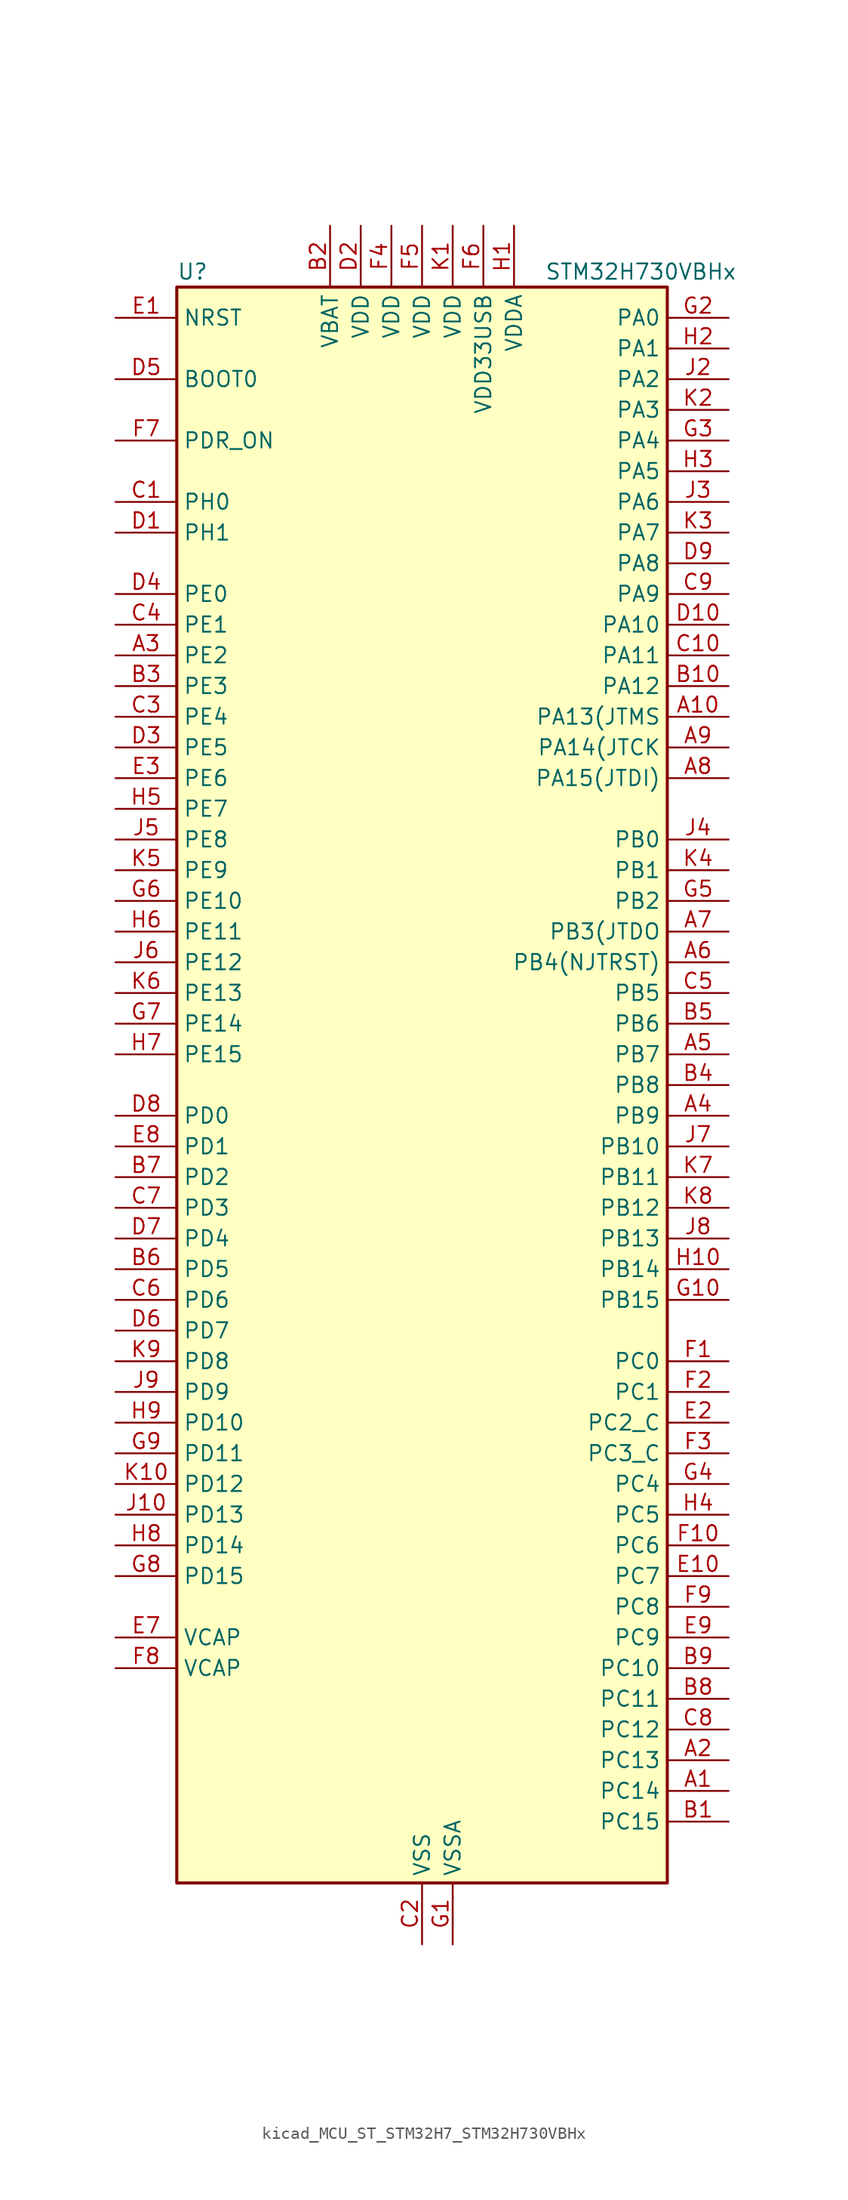
<source format=kicad_sym>
(kicad_symbol_lib
  (version 20220914)
  (generator kicad_symbol_editor)
  (symbol "kicad_MCU_ST_STM32H7_STM32H730VBHx"
    (property "Reference" "U"
      (at -20.32 67.31 0)
      (effects (font (size 1.27 1.27)) (justify left)))
    (property "Value" "STM32H730VBHx"
      (at 10.16 67.31 0)
      (effects (font (size 1.27 1.27)) (justify left)))
    (property "ki_locked" ""
      (at 0 0 0)
      (effects (font (size 1.27 1.27))))
    (symbol "kicad_MCU_ST_STM32H7_STM32H730VBHx_0_1"
      (rectangle (start -20.32 -66.04) (end 20.32 66.04) (stroke (width 0.254) (type default)) (fill (type background))))
    (symbol "kicad_MCU_ST_STM32H7_STM32H730VBHx_1_1"
      (pin bidirectional line (at 25.4 -58.42 180) (length 5.08) (name "PC14" (effects (font (size 1.27 1.27)))) (number "A1" (effects (font (size 1.27 1.27)))) (alternate "RCC_OSC32_IN" bidirectional line))
      (pin bidirectional line (at 25.4 30.48 180) (length 5.08) (name "PA13(JTMS" (effects (font (size 1.27 1.27)))) (number "A10" (effects (font (size 1.27 1.27)))) (alternate "DEBUG_JTMS-SWDIO" bidirectional line))
      (pin bidirectional line (at 25.4 -55.88 180) (length 5.08) (name "PC13" (effects (font (size 1.27 1.27)))) (number "A2" (effects (font (size 1.27 1.27)))) (alternate "PWR_WKUP4" bidirectional line) (alternate "RTC_OUT_ALARM" bidirectional line) (alternate "RTC_OUT_CALIB" bidirectional line) (alternate "RTC_TAMP1" bidirectional line) (alternate "RTC_TS" bidirectional line))
      (pin bidirectional line (at -25.4 35.56 0) (length 5.08) (name "PE2" (effects (font (size 1.27 1.27)))) (number "A3" (effects (font (size 1.27 1.27)))) (alternate "DEBUG_TRACECLK" bidirectional line) (alternate "ETH_TXD3" bidirectional line) (alternate "FMC_A23" bidirectional line) (alternate "OCTOSPIM_P1_IO2" bidirectional line) (alternate "SAI1_CK1" bidirectional line) (alternate "SAI1_MCLK_A" bidirectional line) (alternate "SAI4_CK1" bidirectional line) (alternate "SAI4_MCLK_A" bidirectional line) (alternate "SPI4_SCK" bidirectional line) (alternate "USART10_RX" bidirectional line))
      (pin bidirectional line (at 25.4 -2.54 180) (length 5.08) (name "PB9" (effects (font (size 1.27 1.27)))) (number "A4" (effects (font (size 1.27 1.27)))) (alternate "DAC1_EXTI9" bidirectional line) (alternate "DCMI_D7" bidirectional line) (alternate "DFSDM1_DATIN7" bidirectional line) (alternate "FDCAN1_TX" bidirectional line) (alternate "I2C1_SDA" bidirectional line) (alternate "I2C4_SDA" bidirectional line) (alternate "I2C4_SMBA" bidirectional line) (alternate "I2S2_WS" bidirectional line) (alternate "LTDC_B7" bidirectional line) (alternate "PSSI_D7" bidirectional line) (alternate "SDMMC1_CDIR" bidirectional line) (alternate "SDMMC1_D5" bidirectional line) (alternate "SDMMC2_D5" bidirectional line) (alternate "SPI2_NSS" bidirectional line) (alternate "TIM17_CH1" bidirectional line) (alternate "TIM4_CH4" bidirectional line) (alternate "UART4_TX" bidirectional line))
      (pin bidirectional line (at 25.4 2.54 180) (length 5.08) (name "PB7" (effects (font (size 1.27 1.27)))) (number "A5" (effects (font (size 1.27 1.27)))) (alternate "DCMI_VSYNC" bidirectional line) (alternate "DFSDM1_CKIN5" bidirectional line) (alternate "FMC_NL" bidirectional line) (alternate "I2C1_SDA" bidirectional line) (alternate "I2C4_SDA" bidirectional line) (alternate "LPUART1_RX" bidirectional line) (alternate "PSSI_RDY" bidirectional line) (alternate "PWR_PVD_IN" bidirectional line) (alternate "TIM17_CH1N" bidirectional line) (alternate "TIM4_CH2" bidirectional line) (alternate "USART1_RX" bidirectional line))
      (pin bidirectional line (at 25.4 10.16 180) (length 5.08) (name "PB4(NJTRST)" (effects (font (size 1.27 1.27)))) (number "A6" (effects (font (size 1.27 1.27)))) (alternate "DEBUG_JTRST" bidirectional line) (alternate "I2S1_SDI" bidirectional line) (alternate "I2S2_WS" bidirectional line) (alternate "I2S3_SDI" bidirectional line) (alternate "I2S6_SDI" bidirectional line) (alternate "SDMMC2_D3" bidirectional line) (alternate "SPI1_MISO" bidirectional line) (alternate "SPI2_NSS" bidirectional line) (alternate "SPI3_MISO" bidirectional line) (alternate "SPI6_MISO" bidirectional line) (alternate "TIM16_BKIN" bidirectional line) (alternate "TIM3_CH1" bidirectional line) (alternate "UART7_TX" bidirectional line))
      (pin bidirectional line (at 25.4 12.7 180) (length 5.08) (name "PB3(JTDO" (effects (font (size 1.27 1.27)))) (number "A7" (effects (font (size 1.27 1.27)))) (alternate "CRS_SYNC" bidirectional line) (alternate "DEBUG_JTDO-SWO" bidirectional line) (alternate "I2S1_CK" bidirectional line) (alternate "I2S3_CK" bidirectional line) (alternate "I2S6_CK" bidirectional line) (alternate "SDMMC2_D2" bidirectional line) (alternate "SPI1_SCK" bidirectional line) (alternate "SPI3_SCK" bidirectional line) (alternate "SPI6_SCK" bidirectional line) (alternate "TIM24_ETR" bidirectional line) (alternate "TIM2_CH2" bidirectional line) (alternate "UART7_RX" bidirectional line))
      (pin bidirectional line (at 25.4 25.4 180) (length 5.08) (name "PA15(JTDI)" (effects (font (size 1.27 1.27)))) (number "A8" (effects (font (size 1.27 1.27)))) (alternate "ADC1_EXTI15" bidirectional line) (alternate "ADC2_EXTI15" bidirectional line) (alternate "ADC3_EXTI15" bidirectional line) (alternate "CEC" bidirectional line) (alternate "DEBUG_JTDI" bidirectional line) (alternate "I2S1_WS" bidirectional line) (alternate "I2S3_WS" bidirectional line) (alternate "I2S6_WS" bidirectional line) (alternate "LTDC_B6" bidirectional line) (alternate "LTDC_R3" bidirectional line) (alternate "SPI1_NSS" bidirectional line) (alternate "SPI3_NSS" bidirectional line) (alternate "SPI6_NSS" bidirectional line) (alternate "TIM2_CH1" bidirectional line) (alternate "TIM2_ETR" bidirectional line) (alternate "UART4_DE" bidirectional line) (alternate "UART4_RTS" bidirectional line) (alternate "UART7_TX" bidirectional line))
      (pin bidirectional line (at 25.4 27.94 180) (length 5.08) (name "PA14(JTCK" (effects (font (size 1.27 1.27)))) (number "A9" (effects (font (size 1.27 1.27)))) (alternate "DEBUG_JTCK-SWCLK" bidirectional line))
      (pin bidirectional line (at 25.4 -60.96 180) (length 5.08) (name "PC15" (effects (font (size 1.27 1.27)))) (number "B1" (effects (font (size 1.27 1.27)))) (alternate "ADC1_EXTI15" bidirectional line) (alternate "ADC2_EXTI15" bidirectional line) (alternate "ADC3_EXTI15" bidirectional line) (alternate "RCC_OSC32_OUT" bidirectional line))
      (pin bidirectional line (at 25.4 33.02 180) (length 5.08) (name "PA12" (effects (font (size 1.27 1.27)))) (number "B10" (effects (font (size 1.27 1.27)))) (alternate "FDCAN1_TX" bidirectional line) (alternate "I2S2_CK" bidirectional line) (alternate "LPUART1_DE" bidirectional line) (alternate "LPUART1_RTS" bidirectional line) (alternate "LTDC_R5" bidirectional line) (alternate "SAI4_FS_B" bidirectional line) (alternate "SPI2_SCK" bidirectional line) (alternate "TIM1_BKIN2" bidirectional line) (alternate "TIM1_ETR" bidirectional line) (alternate "UART4_TX" bidirectional line) (alternate "USART1_DE" bidirectional line) (alternate "USART1_RTS" bidirectional line) (alternate "USB_OTG_HS_DP" bidirectional line))
      (pin power_in line (at -7.62 71.12 270) (length 5.08) (name "VBAT" (effects (font (size 1.27 1.27)))) (number "B2" (effects (font (size 1.27 1.27)))))
      (pin bidirectional line (at -25.4 33.02 0) (length 5.08) (name "PE3" (effects (font (size 1.27 1.27)))) (number "B3" (effects (font (size 1.27 1.27)))) (alternate "DEBUG_TRACED0" bidirectional line) (alternate "FMC_A19" bidirectional line) (alternate "SAI1_SD_B" bidirectional line) (alternate "SAI4_SD_B" bidirectional line) (alternate "TIM15_BKIN" bidirectional line) (alternate "USART10_TX" bidirectional line))
      (pin bidirectional line (at 25.4 0 180) (length 5.08) (name "PB8" (effects (font (size 1.27 1.27)))) (number "B4" (effects (font (size 1.27 1.27)))) (alternate "DCMI_D6" bidirectional line) (alternate "DFSDM1_CKIN7" bidirectional line) (alternate "ETH_TXD3" bidirectional line) (alternate "FDCAN1_RX" bidirectional line) (alternate "I2C1_SCL" bidirectional line) (alternate "I2C4_SCL" bidirectional line) (alternate "LTDC_B6" bidirectional line) (alternate "PSSI_D6" bidirectional line) (alternate "SDMMC1_CKIN" bidirectional line) (alternate "SDMMC1_D4" bidirectional line) (alternate "SDMMC2_D4" bidirectional line) (alternate "TIM16_CH1" bidirectional line) (alternate "TIM4_CH3" bidirectional line) (alternate "UART4_RX" bidirectional line))
      (pin bidirectional line (at 25.4 5.08 180) (length 5.08) (name "PB6" (effects (font (size 1.27 1.27)))) (number "B5" (effects (font (size 1.27 1.27)))) (alternate "CEC" bidirectional line) (alternate "DCMI_D5" bidirectional line) (alternate "DFSDM1_DATIN5" bidirectional line) (alternate "FDCAN2_TX" bidirectional line) (alternate "FMC_SDNE1" bidirectional line) (alternate "I2C1_SCL" bidirectional line) (alternate "I2C4_SCL" bidirectional line) (alternate "LPUART1_TX" bidirectional line) (alternate "OCTOSPIM_P1_NCS" bidirectional line) (alternate "PSSI_D5" bidirectional line) (alternate "TIM16_CH1N" bidirectional line) (alternate "TIM4_CH1" bidirectional line) (alternate "UART5_TX" bidirectional line) (alternate "USART1_TX" bidirectional line))
      (pin bidirectional line (at -25.4 -15.24 0) (length 5.08) (name "PD5" (effects (font (size 1.27 1.27)))) (number "B6" (effects (font (size 1.27 1.27)))) (alternate "FMC_NWE" bidirectional line) (alternate "OCTOSPIM_P1_IO5" bidirectional line) (alternate "USART2_TX" bidirectional line))
      (pin bidirectional line (at -25.4 -7.62 0) (length 5.08) (name "PD2" (effects (font (size 1.27 1.27)))) (number "B7" (effects (font (size 1.27 1.27)))) (alternate "DCMI_D11" bidirectional line) (alternate "DEBUG_TRACED2" bidirectional line) (alternate "FMC_D7" bidirectional line) (alternate "FMC_DA7" bidirectional line) (alternate "LTDC_B2" bidirectional line) (alternate "LTDC_B7" bidirectional line) (alternate "PSSI_D11" bidirectional line) (alternate "SDMMC1_CMD" bidirectional line) (alternate "TIM15_BKIN" bidirectional line) (alternate "TIM3_ETR" bidirectional line) (alternate "UART5_RX" bidirectional line))
      (pin bidirectional line (at 25.4 -50.8 180) (length 5.08) (name "PC11" (effects (font (size 1.27 1.27)))) (number "B8" (effects (font (size 1.27 1.27)))) (alternate "ADC1_EXTI11" bidirectional line) (alternate "ADC2_EXTI11" bidirectional line) (alternate "ADC3_EXTI11" bidirectional line) (alternate "DCMI_D4" bidirectional line) (alternate "DFSDM1_DATIN5" bidirectional line) (alternate "I2C5_SCL" bidirectional line) (alternate "I2S3_SDI" bidirectional line) (alternate "LTDC_B4" bidirectional line) (alternate "OCTOSPIM_P1_NCS" bidirectional line) (alternate "PSSI_D4" bidirectional line) (alternate "SDMMC1_D3" bidirectional line) (alternate "SPI3_MISO" bidirectional line) (alternate "UART4_RX" bidirectional line) (alternate "USART3_RX" bidirectional line))
      (pin bidirectional line (at 25.4 -48.26 180) (length 5.08) (name "PC10" (effects (font (size 1.27 1.27)))) (number "B9" (effects (font (size 1.27 1.27)))) (alternate "DCMI_D8" bidirectional line) (alternate "DFSDM1_CKIN5" bidirectional line) (alternate "I2C5_SDA" bidirectional line) (alternate "I2S3_CK" bidirectional line) (alternate "LTDC_B1" bidirectional line) (alternate "LTDC_R2" bidirectional line) (alternate "OCTOSPIM_P1_IO1" bidirectional line) (alternate "PSSI_D8" bidirectional line) (alternate "SDMMC1_D2" bidirectional line) (alternate "SPI3_SCK" bidirectional line) (alternate "SWPMI1_RX" bidirectional line) (alternate "UART4_TX" bidirectional line) (alternate "USART3_TX" bidirectional line))
      (pin bidirectional line (at -25.4 48.26 0) (length 5.08) (name "PH0" (effects (font (size 1.27 1.27)))) (number "C1" (effects (font (size 1.27 1.27)))) (alternate "RCC_OSC_IN" bidirectional line))
      (pin bidirectional line (at 25.4 35.56 180) (length 5.08) (name "PA11" (effects (font (size 1.27 1.27)))) (number "C10" (effects (font (size 1.27 1.27)))) (alternate "ADC1_EXTI11" bidirectional line) (alternate "ADC2_EXTI11" bidirectional line) (alternate "ADC3_EXTI11" bidirectional line) (alternate "FDCAN1_RX" bidirectional line) (alternate "I2S2_WS" bidirectional line) (alternate "LPUART1_CTS" bidirectional line) (alternate "LTDC_R4" bidirectional line) (alternate "SPI2_NSS" bidirectional line) (alternate "TIM1_CH4" bidirectional line) (alternate "UART4_RX" bidirectional line) (alternate "USART1_CTS" bidirectional line) (alternate "USART1_NSS" bidirectional line) (alternate "USB_OTG_HS_DM" bidirectional line))
      (pin power_in line (at 0 -71.12 90) (length 5.08) (name "VSS" (effects (font (size 1.27 1.27)))) (number "C2" (effects (font (size 1.27 1.27)))))
      (pin bidirectional line (at -25.4 30.48 0) (length 5.08) (name "PE4" (effects (font (size 1.27 1.27)))) (number "C3" (effects (font (size 1.27 1.27)))) (alternate "DCMI_D4" bidirectional line) (alternate "DEBUG_TRACED1" bidirectional line) (alternate "DFSDM1_DATIN3" bidirectional line) (alternate "FMC_A20" bidirectional line) (alternate "LTDC_B0" bidirectional line) (alternate "PSSI_D4" bidirectional line) (alternate "SAI1_D2" bidirectional line) (alternate "SAI1_FS_A" bidirectional line) (alternate "SAI4_D2" bidirectional line) (alternate "SAI4_FS_A" bidirectional line) (alternate "SPI4_NSS" bidirectional line) (alternate "TIM15_CH1N" bidirectional line))
      (pin bidirectional line (at -25.4 38.1 0) (length 5.08) (name "PE1" (effects (font (size 1.27 1.27)))) (number "C4" (effects (font (size 1.27 1.27)))) (alternate "DCMI_D3" bidirectional line) (alternate "FMC_NBL1" bidirectional line) (alternate "LPTIM1_IN2" bidirectional line) (alternate "LTDC_R6" bidirectional line) (alternate "PSSI_D3" bidirectional line) (alternate "UART8_TX" bidirectional line))
      (pin bidirectional line (at 25.4 7.62 180) (length 5.08) (name "PB5" (effects (font (size 1.27 1.27)))) (number "C5" (effects (font (size 1.27 1.27)))) (alternate "DCMI_D10" bidirectional line) (alternate "ETH_PPS_OUT" bidirectional line) (alternate "FDCAN2_RX" bidirectional line) (alternate "FMC_SDCKE1" bidirectional line) (alternate "I2C1_SMBA" bidirectional line) (alternate "I2C4_SMBA" bidirectional line) (alternate "I2S1_SDO" bidirectional line) (alternate "I2S3_SDO" bidirectional line) (alternate "I2S6_SDO" bidirectional line) (alternate "LTDC_B5" bidirectional line) (alternate "PSSI_D10" bidirectional line) (alternate "SPI1_MOSI" bidirectional line) (alternate "SPI3_MOSI" bidirectional line) (alternate "SPI6_MOSI" bidirectional line) (alternate "TIM17_BKIN" bidirectional line) (alternate "TIM3_CH2" bidirectional line) (alternate "UART5_RX" bidirectional line) (alternate "USB_OTG_HS_ULPI_D7" bidirectional line))
      (pin bidirectional line (at -25.4 -17.78 0) (length 5.08) (name "PD6" (effects (font (size 1.27 1.27)))) (number "C6" (effects (font (size 1.27 1.27)))) (alternate "DCMI_D10" bidirectional line) (alternate "DFSDM1_CKIN4" bidirectional line) (alternate "DFSDM1_DATIN1" bidirectional line) (alternate "FMC_NWAIT" bidirectional line) (alternate "I2S3_SDO" bidirectional line) (alternate "LTDC_B2" bidirectional line) (alternate "OCTOSPIM_P1_IO6" bidirectional line) (alternate "PSSI_D10" bidirectional line) (alternate "SAI1_D1" bidirectional line) (alternate "SAI1_SD_A" bidirectional line) (alternate "SAI4_D1" bidirectional line) (alternate "SAI4_SD_A" bidirectional line) (alternate "SDMMC2_CK" bidirectional line) (alternate "SPI3_MOSI" bidirectional line) (alternate "USART2_RX" bidirectional line))
      (pin bidirectional line (at -25.4 -10.16 0) (length 5.08) (name "PD3" (effects (font (size 1.27 1.27)))) (number "C7" (effects (font (size 1.27 1.27)))) (alternate "DCMI_D5" bidirectional line) (alternate "DFSDM1_CKOUT" bidirectional line) (alternate "FMC_CLK" bidirectional line) (alternate "I2S2_CK" bidirectional line) (alternate "LTDC_G7" bidirectional line) (alternate "PSSI_D5" bidirectional line) (alternate "SPI2_SCK" bidirectional line) (alternate "USART2_CTS" bidirectional line) (alternate "USART2_NSS" bidirectional line))
      (pin bidirectional line (at 25.4 -53.34 180) (length 5.08) (name "PC12" (effects (font (size 1.27 1.27)))) (number "C8" (effects (font (size 1.27 1.27)))) (alternate "DCMI_D9" bidirectional line) (alternate "DEBUG_TRACED3" bidirectional line) (alternate "FMC_D6" bidirectional line) (alternate "FMC_DA6" bidirectional line) (alternate "I2C5_SMBA" bidirectional line) (alternate "I2S3_SDO" bidirectional line) (alternate "I2S6_CK" bidirectional line) (alternate "LTDC_R6" bidirectional line) (alternate "PSSI_D9" bidirectional line) (alternate "SDMMC1_CK" bidirectional line) (alternate "SPI3_MOSI" bidirectional line) (alternate "SPI6_SCK" bidirectional line) (alternate "TIM15_CH1" bidirectional line) (alternate "UART5_TX" bidirectional line) (alternate "USART3_CK" bidirectional line))
      (pin bidirectional line (at 25.4 40.64 180) (length 5.08) (name "PA9" (effects (font (size 1.27 1.27)))) (number "C9" (effects (font (size 1.27 1.27)))) (alternate "DAC1_EXTI9" bidirectional line) (alternate "DCMI_D0" bidirectional line) (alternate "ETH_TX_ER" bidirectional line) (alternate "I2C3_SMBA" bidirectional line) (alternate "I2C5_SMBA" bidirectional line) (alternate "I2S2_CK" bidirectional line) (alternate "LPUART1_TX" bidirectional line) (alternate "LTDC_R5" bidirectional line) (alternate "PSSI_D0" bidirectional line) (alternate "SPI2_SCK" bidirectional line) (alternate "TIM1_CH2" bidirectional line) (alternate "USART1_TX" bidirectional line) (alternate "USB_OTG_HS_VBUS" bidirectional line))
      (pin bidirectional line (at -25.4 45.72 0) (length 5.08) (name "PH1" (effects (font (size 1.27 1.27)))) (number "D1" (effects (font (size 1.27 1.27)))) (alternate "RCC_OSC_OUT" bidirectional line))
      (pin bidirectional line (at 25.4 38.1 180) (length 5.08) (name "PA10" (effects (font (size 1.27 1.27)))) (number "D10" (effects (font (size 1.27 1.27)))) (alternate "DCMI_D1" bidirectional line) (alternate "LPUART1_RX" bidirectional line) (alternate "LTDC_B1" bidirectional line) (alternate "LTDC_B4" bidirectional line) (alternate "MDIOS_MDIO" bidirectional line) (alternate "PSSI_D1" bidirectional line) (alternate "TIM1_CH3" bidirectional line) (alternate "USART1_RX" bidirectional line) (alternate "USB_OTG_HS_ID" bidirectional line))
      (pin power_in line (at -5.08 71.12 270) (length 5.08) (name "VDD" (effects (font (size 1.27 1.27)))) (number "D2" (effects (font (size 1.27 1.27)))))
      (pin bidirectional line (at -25.4 27.94 0) (length 5.08) (name "PE5" (effects (font (size 1.27 1.27)))) (number "D3" (effects (font (size 1.27 1.27)))) (alternate "DCMI_D6" bidirectional line) (alternate "DEBUG_TRACED2" bidirectional line) (alternate "DFSDM1_CKIN3" bidirectional line) (alternate "FMC_A21" bidirectional line) (alternate "LTDC_G0" bidirectional line) (alternate "PSSI_D6" bidirectional line) (alternate "SAI1_CK2" bidirectional line) (alternate "SAI1_SCK_A" bidirectional line) (alternate "SAI4_CK2" bidirectional line) (alternate "SAI4_SCK_A" bidirectional line) (alternate "SPI4_MISO" bidirectional line) (alternate "TIM15_CH1" bidirectional line))
      (pin bidirectional line (at -25.4 40.64 0) (length 5.08) (name "PE0" (effects (font (size 1.27 1.27)))) (number "D4" (effects (font (size 1.27 1.27)))) (alternate "DCMI_D2" bidirectional line) (alternate "FMC_NBL0" bidirectional line) (alternate "LPTIM1_ETR" bidirectional line) (alternate "LPTIM2_ETR" bidirectional line) (alternate "LTDC_R0" bidirectional line) (alternate "PSSI_D2" bidirectional line) (alternate "SAI4_MCLK_A" bidirectional line) (alternate "TIM4_ETR" bidirectional line) (alternate "UART8_RX" bidirectional line))
      (pin input line (at -25.4 58.42 0) (length 5.08) (name "BOOT0" (effects (font (size 1.27 1.27)))) (number "D5" (effects (font (size 1.27 1.27)))))
      (pin bidirectional line (at -25.4 -20.32 0) (length 5.08) (name "PD7" (effects (font (size 1.27 1.27)))) (number "D6" (effects (font (size 1.27 1.27)))) (alternate "DFSDM1_CKIN1" bidirectional line) (alternate "DFSDM1_DATIN4" bidirectional line) (alternate "FMC_NE1" bidirectional line) (alternate "I2S1_SDO" bidirectional line) (alternate "OCTOSPIM_P1_IO7" bidirectional line) (alternate "SDMMC2_CMD" bidirectional line) (alternate "SPDIFRX1_IN0" bidirectional line) (alternate "SPI1_MOSI" bidirectional line) (alternate "USART2_CK" bidirectional line))
      (pin bidirectional line (at -25.4 -12.7 0) (length 5.08) (name "PD4" (effects (font (size 1.27 1.27)))) (number "D7" (effects (font (size 1.27 1.27)))) (alternate "FMC_NOE" bidirectional line) (alternate "OCTOSPIM_P1_IO4" bidirectional line) (alternate "USART2_DE" bidirectional line) (alternate "USART2_RTS" bidirectional line))
      (pin bidirectional line (at -25.4 -2.54 0) (length 5.08) (name "PD0" (effects (font (size 1.27 1.27)))) (number "D8" (effects (font (size 1.27 1.27)))) (alternate "DFSDM1_CKIN6" bidirectional line) (alternate "FDCAN1_RX" bidirectional line) (alternate "FMC_D2" bidirectional line) (alternate "FMC_DA2" bidirectional line) (alternate "LTDC_B1" bidirectional line) (alternate "UART4_RX" bidirectional line) (alternate "UART9_CTS" bidirectional line))
      (pin bidirectional line (at 25.4 43.18 180) (length 5.08) (name "PA8" (effects (font (size 1.27 1.27)))) (number "D9" (effects (font (size 1.27 1.27)))) (alternate "I2C3_SCL" bidirectional line) (alternate "I2C5_SCL" bidirectional line) (alternate "LTDC_B3" bidirectional line) (alternate "LTDC_R6" bidirectional line) (alternate "RCC_MCO_1" bidirectional line) (alternate "TIM1_CH1" bidirectional line) (alternate "TIM8_BKIN2" bidirectional line) (alternate "TIM8_BKIN2_COMP1" bidirectional line) (alternate "TIM8_BKIN2_COMP2" bidirectional line) (alternate "UART7_RX" bidirectional line) (alternate "USART1_CK" bidirectional line) (alternate "USB_OTG_HS_SOF" bidirectional line))
      (pin input line (at -25.4 63.5 0) (length 5.08) (name "NRST" (effects (font (size 1.27 1.27)))) (number "E1" (effects (font (size 1.27 1.27)))))
      (pin bidirectional line (at 25.4 -40.64 180) (length 5.08) (name "PC7" (effects (font (size 1.27 1.27)))) (number "E10" (effects (font (size 1.27 1.27)))) (alternate "DCMI_D1" bidirectional line) (alternate "DEBUG_TRGIO" bidirectional line) (alternate "DFSDM1_DATIN3" bidirectional line) (alternate "FMC_NE1" bidirectional line) (alternate "I2S3_MCK" bidirectional line) (alternate "LTDC_G6" bidirectional line) (alternate "PSSI_D1" bidirectional line) (alternate "SDMMC1_D123DIR" bidirectional line) (alternate "SDMMC1_D7" bidirectional line) (alternate "SDMMC2_D7" bidirectional line) (alternate "SWPMI1_TX" bidirectional line) (alternate "TIM3_CH2" bidirectional line) (alternate "TIM8_CH2" bidirectional line) (alternate "USART6_RX" bidirectional line))
      (pin bidirectional line (at 25.4 -27.94 180) (length 5.08) (name "PC2_C" (effects (font (size 1.27 1.27)))) (number "E2" (effects (font (size 1.27 1.27)))) (alternate "ADC3_INN1" bidirectional line) (alternate "ADC3_INP0" bidirectional line) (alternate "DFSDM1_CKIN1" bidirectional line) (alternate "DFSDM1_CKOUT" bidirectional line) (alternate "ETH_TXD2" bidirectional line) (alternate "FMC_SDNE0" bidirectional line) (alternate "I2S2_SDI" bidirectional line) (alternate "OCTOSPIM_P1_IO2" bidirectional line) (alternate "OCTOSPIM_P1_IO5" bidirectional line) (alternate "PWR_CSTOP" bidirectional line) (alternate "SPI2_MISO" bidirectional line) (alternate "USB_OTG_HS_ULPI_DIR" bidirectional line))
      (pin bidirectional line (at -25.4 25.4 0) (length 5.08) (name "PE6" (effects (font (size 1.27 1.27)))) (number "E3" (effects (font (size 1.27 1.27)))) (alternate "DCMI_D7" bidirectional line) (alternate "DEBUG_TRACED3" bidirectional line) (alternate "FMC_A22" bidirectional line) (alternate "LTDC_G1" bidirectional line) (alternate "PSSI_D7" bidirectional line) (alternate "SAI1_D1" bidirectional line) (alternate "SAI1_SD_A" bidirectional line) (alternate "SAI4_D1" bidirectional line) (alternate "SAI4_MCLK_B" bidirectional line) (alternate "SAI4_SD_A" bidirectional line) (alternate "SPI4_MOSI" bidirectional line) (alternate "TIM15_CH2" bidirectional line) (alternate "TIM1_BKIN2" bidirectional line) (alternate "TIM1_BKIN2_COMP1" bidirectional line) (alternate "TIM1_BKIN2_COMP2" bidirectional line))
      (pin passive line (at 0 -71.12 90) (length 5.08) hide (name "VSS" (effects (font (size 1.27 1.27)))) (number "E4" (effects (font (size 1.27 1.27)))))
      (pin passive line (at 0 -71.12 90) (length 5.08) hide (name "VSS" (effects (font (size 1.27 1.27)))) (number "E5" (effects (font (size 1.27 1.27)))))
      (pin passive line (at 0 -71.12 90) (length 5.08) hide (name "VSS" (effects (font (size 1.27 1.27)))) (number "E6" (effects (font (size 1.27 1.27)))))
      (pin power_out line (at -25.4 -45.72 0) (length 5.08) (name "VCAP" (effects (font (size 1.27 1.27)))) (number "E7" (effects (font (size 1.27 1.27)))))
      (pin bidirectional line (at -25.4 -5.08 0) (length 5.08) (name "PD1" (effects (font (size 1.27 1.27)))) (number "E8" (effects (font (size 1.27 1.27)))) (alternate "DFSDM1_DATIN6" bidirectional line) (alternate "FDCAN1_TX" bidirectional line) (alternate "FMC_D3" bidirectional line) (alternate "FMC_DA3" bidirectional line) (alternate "UART4_TX" bidirectional line))
      (pin bidirectional line (at 25.4 -45.72 180) (length 5.08) (name "PC9" (effects (font (size 1.27 1.27)))) (number "E9" (effects (font (size 1.27 1.27)))) (alternate "DAC1_EXTI9" bidirectional line) (alternate "DCMI_D3" bidirectional line) (alternate "I2C3_SDA" bidirectional line) (alternate "I2C5_SDA" bidirectional line) (alternate "I2S_CKIN" bidirectional line) (alternate "LTDC_B2" bidirectional line) (alternate "LTDC_G3" bidirectional line) (alternate "OCTOSPIM_P1_IO0" bidirectional line) (alternate "PSSI_D3" bidirectional line) (alternate "RCC_MCO_2" bidirectional line) (alternate "SDMMC1_D1" bidirectional line) (alternate "SWPMI1_SUSPEND" bidirectional line) (alternate "TIM3_CH4" bidirectional line) (alternate "TIM8_CH4" bidirectional line) (alternate "UART5_CTS" bidirectional line))
      (pin bidirectional line (at 25.4 -22.86 180) (length 5.08) (name "PC0" (effects (font (size 1.27 1.27)))) (number "F1" (effects (font (size 1.27 1.27)))) (alternate "ADC1_INP10" bidirectional line) (alternate "ADC2_INP10" bidirectional line) (alternate "ADC3_INP10" bidirectional line) (alternate "DFSDM1_CKIN0" bidirectional line) (alternate "DFSDM1_DATIN4" bidirectional line) (alternate "FMC_A25" bidirectional line) (alternate "FMC_D12" bidirectional line) (alternate "FMC_DA12" bidirectional line) (alternate "FMC_SDNWE" bidirectional line) (alternate "LTDC_G2" bidirectional line) (alternate "LTDC_R5" bidirectional line) (alternate "SAI4_FS_B" bidirectional line) (alternate "USB_OTG_HS_ULPI_STP" bidirectional line))
      (pin bidirectional line (at 25.4 -38.1 180) (length 5.08) (name "PC6" (effects (font (size 1.27 1.27)))) (number "F10" (effects (font (size 1.27 1.27)))) (alternate "DCMI_D0" bidirectional line) (alternate "DFSDM1_CKIN3" bidirectional line) (alternate "FMC_NWAIT" bidirectional line) (alternate "I2S2_MCK" bidirectional line) (alternate "LTDC_HSYNC" bidirectional line) (alternate "PSSI_D0" bidirectional line) (alternate "SDMMC1_D0DIR" bidirectional line) (alternate "SDMMC1_D6" bidirectional line) (alternate "SDMMC2_D6" bidirectional line) (alternate "SWPMI1_IO" bidirectional line) (alternate "TIM3_CH1" bidirectional line) (alternate "TIM8_CH1" bidirectional line) (alternate "USART6_TX" bidirectional line))
      (pin bidirectional line (at 25.4 -25.4 180) (length 5.08) (name "PC1" (effects (font (size 1.27 1.27)))) (number "F2" (effects (font (size 1.27 1.27)))) (alternate "ADC1_INN10" bidirectional line) (alternate "ADC1_INP11" bidirectional line) (alternate "ADC2_INN10" bidirectional line) (alternate "ADC2_INP11" bidirectional line) (alternate "ADC3_INN10" bidirectional line) (alternate "ADC3_INP11" bidirectional line) (alternate "DEBUG_TRACED0" bidirectional line) (alternate "DFSDM1_CKIN4" bidirectional line) (alternate "DFSDM1_DATIN0" bidirectional line) (alternate "ETH_MDC" bidirectional line) (alternate "I2S2_SDO" bidirectional line) (alternate "LTDC_G5" bidirectional line) (alternate "MDIOS_MDC" bidirectional line) (alternate "OCTOSPIM_P1_IO4" bidirectional line) (alternate "PWR_WKUP6" bidirectional line) (alternate "RTC_TAMP3" bidirectional line) (alternate "SAI1_D1" bidirectional line) (alternate "SAI1_SD_A" bidirectional line) (alternate "SAI4_D1" bidirectional line) (alternate "SAI4_SD_A" bidirectional line) (alternate "SDMMC2_CK" bidirectional line) (alternate "SPI2_MOSI" bidirectional line))
      (pin bidirectional line (at 25.4 -30.48 180) (length 5.08) (name "PC3_C" (effects (font (size 1.27 1.27)))) (number "F3" (effects (font (size 1.27 1.27)))) (alternate "ADC3_INP1" bidirectional line) (alternate "DFSDM1_DATIN1" bidirectional line) (alternate "ETH_TX_CLK" bidirectional line) (alternate "FMC_SDCKE0" bidirectional line) (alternate "I2S2_SDO" bidirectional line) (alternate "OCTOSPIM_P1_IO0" bidirectional line) (alternate "OCTOSPIM_P1_IO6" bidirectional line) (alternate "PWR_CSLEEP" bidirectional line) (alternate "SPI2_MOSI" bidirectional line) (alternate "USB_OTG_HS_ULPI_NXT" bidirectional line))
      (pin power_in line (at -2.54 71.12 270) (length 5.08) (name "VDD" (effects (font (size 1.27 1.27)))) (number "F4" (effects (font (size 1.27 1.27)))))
      (pin power_in line (at 0 71.12 270) (length 5.08) (name "VDD" (effects (font (size 1.27 1.27)))) (number "F5" (effects (font (size 1.27 1.27)))))
      (pin power_in line (at 5.08 71.12 270) (length 5.08) (name "VDD33USB" (effects (font (size 1.27 1.27)))) (number "F6" (effects (font (size 1.27 1.27)))))
      (pin input line (at -25.4 53.34 0) (length 5.08) (name "PDR_ON" (effects (font (size 1.27 1.27)))) (number "F7" (effects (font (size 1.27 1.27)))))
      (pin power_out line (at -25.4 -48.26 0) (length 5.08) (name "VCAP" (effects (font (size 1.27 1.27)))) (number "F8" (effects (font (size 1.27 1.27)))))
      (pin bidirectional line (at 25.4 -43.18 180) (length 5.08) (name "PC8" (effects (font (size 1.27 1.27)))) (number "F9" (effects (font (size 1.27 1.27)))) (alternate "DCMI_D2" bidirectional line) (alternate "DEBUG_TRACED1" bidirectional line) (alternate "FMC_INT" bidirectional line) (alternate "FMC_NCE" bidirectional line) (alternate "FMC_NE2" bidirectional line) (alternate "PSSI_D2" bidirectional line) (alternate "SDMMC1_D0" bidirectional line) (alternate "SWPMI1_RX" bidirectional line) (alternate "TIM3_CH3" bidirectional line) (alternate "TIM8_CH3" bidirectional line) (alternate "UART5_DE" bidirectional line) (alternate "UART5_RTS" bidirectional line) (alternate "USART6_CK" bidirectional line))
      (pin power_in line (at 2.54 -71.12 90) (length 5.08) (name "VSSA" (effects (font (size 1.27 1.27)))) (number "G1" (effects (font (size 1.27 1.27)))))
      (pin bidirectional line (at 25.4 -17.78 180) (length 5.08) (name "PB15" (effects (font (size 1.27 1.27)))) (number "G10" (effects (font (size 1.27 1.27)))) (alternate "ADC1_EXTI15" bidirectional line) (alternate "ADC2_EXTI15" bidirectional line) (alternate "ADC3_EXTI15" bidirectional line) (alternate "DFSDM1_CKIN2" bidirectional line) (alternate "FMC_D11" bidirectional line) (alternate "FMC_DA11" bidirectional line) (alternate "I2S2_SDO" bidirectional line) (alternate "LTDC_G7" bidirectional line) (alternate "RTC_REFIN" bidirectional line) (alternate "SDMMC2_D1" bidirectional line) (alternate "SPI2_MOSI" bidirectional line) (alternate "TIM12_CH2" bidirectional line) (alternate "TIM1_CH3N" bidirectional line) (alternate "TIM8_CH3N" bidirectional line) (alternate "UART4_CTS" bidirectional line) (alternate "USART1_RX" bidirectional line))
      (pin bidirectional line (at 25.4 63.5 180) (length 5.08) (name "PA0" (effects (font (size 1.27 1.27)))) (number "G2" (effects (font (size 1.27 1.27)))) (alternate "ADC1_INP16" bidirectional line) (alternate "ETH_CRS" bidirectional line) (alternate "FMC_A19" bidirectional line) (alternate "I2S6_WS" bidirectional line) (alternate "PWR_WKUP1" bidirectional line) (alternate "SAI4_SD_B" bidirectional line) (alternate "SDMMC2_CMD" bidirectional line) (alternate "SPI6_NSS" bidirectional line) (alternate "TIM15_BKIN" bidirectional line) (alternate "TIM2_CH1" bidirectional line) (alternate "TIM2_ETR" bidirectional line) (alternate "TIM5_CH1" bidirectional line) (alternate "TIM8_ETR" bidirectional line) (alternate "UART4_TX" bidirectional line) (alternate "USART2_CTS" bidirectional line) (alternate "USART2_NSS" bidirectional line))
      (pin bidirectional line (at 25.4 53.34 180) (length 5.08) (name "PA4" (effects (font (size 1.27 1.27)))) (number "G3" (effects (font (size 1.27 1.27)))) (alternate "ADC1_INP18" bidirectional line) (alternate "ADC2_INP18" bidirectional line) (alternate "DAC1_OUT1" bidirectional line) (alternate "DCMI_HSYNC" bidirectional line) (alternate "FMC_D8" bidirectional line) (alternate "FMC_DA8" bidirectional line) (alternate "I2S1_WS" bidirectional line) (alternate "I2S3_WS" bidirectional line) (alternate "I2S6_WS" bidirectional line) (alternate "LTDC_VSYNC" bidirectional line) (alternate "PSSI_DE" bidirectional line) (alternate "SPI1_NSS" bidirectional line) (alternate "SPI3_NSS" bidirectional line) (alternate "SPI6_NSS" bidirectional line) (alternate "TIM5_ETR" bidirectional line) (alternate "USART2_CK" bidirectional line))
      (pin bidirectional line (at 25.4 -33.02 180) (length 5.08) (name "PC4" (effects (font (size 1.27 1.27)))) (number "G4" (effects (font (size 1.27 1.27)))) (alternate "ADC1_INP4" bidirectional line) (alternate "ADC2_INP4" bidirectional line) (alternate "COMP1_INM" bidirectional line) (alternate "DFSDM1_CKIN2" bidirectional line) (alternate "ETH_RXD0" bidirectional line) (alternate "FMC_A22" bidirectional line) (alternate "FMC_SDNE0" bidirectional line) (alternate "I2S1_MCK" bidirectional line) (alternate "LTDC_R7" bidirectional line) (alternate "OPAMP1_VOUT" bidirectional line) (alternate "SDMMC2_CKIN" bidirectional line) (alternate "SPDIFRX1_IN2" bidirectional line))
      (pin bidirectional line (at 25.4 15.24 180) (length 5.08) (name "PB2" (effects (font (size 1.27 1.27)))) (number "G5" (effects (font (size 1.27 1.27)))) (alternate "COMP1_INP" bidirectional line) (alternate "DFSDM1_CKIN1" bidirectional line) (alternate "ETH_TX_ER" bidirectional line) (alternate "I2S3_SDO" bidirectional line) (alternate "OCTOSPIM_P1_CLK" bidirectional line) (alternate "OCTOSPIM_P1_DQS" bidirectional line) (alternate "RTC_OUT_ALARM" bidirectional line) (alternate "RTC_OUT_CALIB" bidirectional line) (alternate "SAI1_D1" bidirectional line) (alternate "SAI1_SD_A" bidirectional line) (alternate "SAI4_D1" bidirectional line) (alternate "SAI4_SD_A" bidirectional line) (alternate "SPI3_MOSI" bidirectional line) (alternate "TIM23_ETR" bidirectional line))
      (pin bidirectional line (at -25.4 15.24 0) (length 5.08) (name "PE10" (effects (font (size 1.27 1.27)))) (number "G6" (effects (font (size 1.27 1.27)))) (alternate "COMP2_INM" bidirectional line) (alternate "DFSDM1_DATIN4" bidirectional line) (alternate "FMC_D7" bidirectional line) (alternate "FMC_DA7" bidirectional line) (alternate "OCTOSPIM_P1_IO7" bidirectional line) (alternate "TIM1_CH2N" bidirectional line) (alternate "UART7_CTS" bidirectional line))
      (pin bidirectional line (at -25.4 5.08 0) (length 5.08) (name "PE14" (effects (font (size 1.27 1.27)))) (number "G7" (effects (font (size 1.27 1.27)))) (alternate "FMC_D11" bidirectional line) (alternate "FMC_DA11" bidirectional line) (alternate "LTDC_CLK" bidirectional line) (alternate "SAI4_MCLK_B" bidirectional line) (alternate "SPI4_MOSI" bidirectional line) (alternate "TIM1_CH4" bidirectional line))
      (pin bidirectional line (at -25.4 -40.64 0) (length 5.08) (name "PD15" (effects (font (size 1.27 1.27)))) (number "G8" (effects (font (size 1.27 1.27)))) (alternate "ADC1_EXTI15" bidirectional line) (alternate "ADC2_EXTI15" bidirectional line) (alternate "ADC3_EXTI15" bidirectional line) (alternate "FMC_D1" bidirectional line) (alternate "FMC_DA1" bidirectional line) (alternate "TIM4_CH4" bidirectional line) (alternate "UART8_DE" bidirectional line) (alternate "UART8_RTS" bidirectional line) (alternate "UART9_TX" bidirectional line))
      (pin bidirectional line (at -25.4 -30.48 0) (length 5.08) (name "PD11" (effects (font (size 1.27 1.27)))) (number "G9" (effects (font (size 1.27 1.27)))) (alternate "ADC1_EXTI11" bidirectional line) (alternate "ADC2_EXTI11" bidirectional line) (alternate "ADC3_EXTI11" bidirectional line) (alternate "FMC_A16" bidirectional line) (alternate "FMC_CLE" bidirectional line) (alternate "I2C4_SMBA" bidirectional line) (alternate "LPTIM2_IN2" bidirectional line) (alternate "OCTOSPIM_P1_IO0" bidirectional line) (alternate "SAI4_SD_A" bidirectional line) (alternate "USART3_CTS" bidirectional line) (alternate "USART3_NSS" bidirectional line))
      (pin power_in line (at 7.62 71.12 270) (length 5.08) (name "VDDA" (effects (font (size 1.27 1.27)))) (number "H1" (effects (font (size 1.27 1.27)))))
      (pin bidirectional line (at 25.4 -15.24 180) (length 5.08) (name "PB14" (effects (font (size 1.27 1.27)))) (number "H10" (effects (font (size 1.27 1.27)))) (alternate "DFSDM1_DATIN2" bidirectional line) (alternate "FMC_D10" bidirectional line) (alternate "FMC_DA10" bidirectional line) (alternate "I2S2_SDI" bidirectional line) (alternate "LTDC_CLK" bidirectional line) (alternate "SDMMC2_D0" bidirectional line) (alternate "SPI2_MISO" bidirectional line) (alternate "TIM12_CH1" bidirectional line) (alternate "TIM1_CH2N" bidirectional line) (alternate "TIM8_CH2N" bidirectional line) (alternate "UART4_DE" bidirectional line) (alternate "UART4_RTS" bidirectional line) (alternate "USART1_TX" bidirectional line) (alternate "USART3_DE" bidirectional line) (alternate "USART3_RTS" bidirectional line))
      (pin bidirectional line (at 25.4 60.96 180) (length 5.08) (name "PA1" (effects (font (size 1.27 1.27)))) (number "H2" (effects (font (size 1.27 1.27)))) (alternate "ADC1_INN16" bidirectional line) (alternate "ADC1_INP17" bidirectional line) (alternate "ETH_REF_CLK" bidirectional line) (alternate "ETH_RX_CLK" bidirectional line) (alternate "LPTIM3_OUT" bidirectional line) (alternate "LTDC_R2" bidirectional line) (alternate "OCTOSPIM_P1_DQS" bidirectional line) (alternate "OCTOSPIM_P1_IO3" bidirectional line) (alternate "SAI4_MCLK_B" bidirectional line) (alternate "TIM15_CH1N" bidirectional line) (alternate "TIM2_CH2" bidirectional line) (alternate "TIM5_CH2" bidirectional line) (alternate "UART4_RX" bidirectional line) (alternate "USART2_DE" bidirectional line) (alternate "USART2_RTS" bidirectional line))
      (pin bidirectional line (at 25.4 50.8 180) (length 5.08) (name "PA5" (effects (font (size 1.27 1.27)))) (number "H3" (effects (font (size 1.27 1.27)))) (alternate "ADC1_INN18" bidirectional line) (alternate "ADC1_INP19" bidirectional line) (alternate "ADC2_INN18" bidirectional line) (alternate "ADC2_INP19" bidirectional line) (alternate "DAC1_OUT2" bidirectional line) (alternate "FMC_D9" bidirectional line) (alternate "FMC_DA9" bidirectional line) (alternate "I2S1_CK" bidirectional line) (alternate "I2S6_CK" bidirectional line) (alternate "LTDC_R4" bidirectional line) (alternate "PSSI_D14" bidirectional line) (alternate "PWR_NDSTOP2" bidirectional line) (alternate "SPI1_SCK" bidirectional line) (alternate "SPI6_SCK" bidirectional line) (alternate "TIM2_CH1" bidirectional line) (alternate "TIM2_ETR" bidirectional line) (alternate "TIM8_CH1N" bidirectional line) (alternate "USB_OTG_HS_ULPI_CK" bidirectional line))
      (pin bidirectional line (at 25.4 -35.56 180) (length 5.08) (name "PC5" (effects (font (size 1.27 1.27)))) (number "H4" (effects (font (size 1.27 1.27)))) (alternate "ADC1_INN4" bidirectional line) (alternate "ADC1_INP8" bidirectional line) (alternate "ADC2_INN4" bidirectional line) (alternate "ADC2_INP8" bidirectional line) (alternate "COMP1_OUT" bidirectional line) (alternate "DFSDM1_DATIN2" bidirectional line) (alternate "ETH_RXD1" bidirectional line) (alternate "FMC_SDCKE0" bidirectional line) (alternate "LTDC_DE" bidirectional line) (alternate "OCTOSPIM_P1_DQS" bidirectional line) (alternate "OPAMP1_VINM" bidirectional line) (alternate "PSSI_D15" bidirectional line) (alternate "SAI1_D3" bidirectional line) (alternate "SAI4_D3" bidirectional line) (alternate "SPDIFRX1_IN3" bidirectional line))
      (pin bidirectional line (at -25.4 22.86 0) (length 5.08) (name "PE7" (effects (font (size 1.27 1.27)))) (number "H5" (effects (font (size 1.27 1.27)))) (alternate "COMP2_INM" bidirectional line) (alternate "DFSDM1_DATIN2" bidirectional line) (alternate "FMC_D4" bidirectional line) (alternate "FMC_DA4" bidirectional line) (alternate "OCTOSPIM_P1_IO4" bidirectional line) (alternate "OPAMP2_VOUT" bidirectional line) (alternate "TIM1_ETR" bidirectional line) (alternate "UART7_RX" bidirectional line))
      (pin bidirectional line (at -25.4 12.7 0) (length 5.08) (name "PE11" (effects (font (size 1.27 1.27)))) (number "H6" (effects (font (size 1.27 1.27)))) (alternate "ADC1_EXTI11" bidirectional line) (alternate "ADC2_EXTI11" bidirectional line) (alternate "ADC3_EXTI11" bidirectional line) (alternate "COMP2_INP" bidirectional line) (alternate "DFSDM1_CKIN4" bidirectional line) (alternate "FMC_D8" bidirectional line) (alternate "FMC_DA8" bidirectional line) (alternate "LTDC_G3" bidirectional line) (alternate "OCTOSPIM_P1_NCS" bidirectional line) (alternate "SAI4_SD_B" bidirectional line) (alternate "SPI4_NSS" bidirectional line) (alternate "TIM1_CH2" bidirectional line))
      (pin bidirectional line (at -25.4 2.54 0) (length 5.08) (name "PE15" (effects (font (size 1.27 1.27)))) (number "H7" (effects (font (size 1.27 1.27)))) (alternate "ADC1_EXTI15" bidirectional line) (alternate "ADC2_EXTI15" bidirectional line) (alternate "ADC3_EXTI15" bidirectional line) (alternate "FMC_D12" bidirectional line) (alternate "FMC_DA12" bidirectional line) (alternate "LTDC_R7" bidirectional line) (alternate "TIM1_BKIN" bidirectional line) (alternate "TIM1_BKIN_COMP1" bidirectional line) (alternate "TIM1_BKIN_COMP2" bidirectional line) (alternate "USART10_CK" bidirectional line))
      (pin bidirectional line (at -25.4 -38.1 0) (length 5.08) (name "PD14" (effects (font (size 1.27 1.27)))) (number "H8" (effects (font (size 1.27 1.27)))) (alternate "FMC_D0" bidirectional line) (alternate "FMC_DA0" bidirectional line) (alternate "TIM4_CH3" bidirectional line) (alternate "UART8_CTS" bidirectional line) (alternate "UART9_RX" bidirectional line))
      (pin bidirectional line (at -25.4 -27.94 0) (length 5.08) (name "PD10" (effects (font (size 1.27 1.27)))) (number "H9" (effects (font (size 1.27 1.27)))) (alternate "DFSDM1_CKOUT" bidirectional line) (alternate "FMC_D15" bidirectional line) (alternate "FMC_DA15" bidirectional line) (alternate "LTDC_B3" bidirectional line) (alternate "USART3_CK" bidirectional line))
      (pin passive line (at 0 -71.12 90) (length 5.08) hide (name "VSS" (effects (font (size 1.27 1.27)))) (number "J1" (effects (font (size 1.27 1.27)))))
      (pin bidirectional line (at -25.4 -35.56 0) (length 5.08) (name "PD13" (effects (font (size 1.27 1.27)))) (number "J10" (effects (font (size 1.27 1.27)))) (alternate "DCMI_D13" bidirectional line) (alternate "FDCAN3_TX" bidirectional line) (alternate "FMC_A18" bidirectional line) (alternate "I2C4_SDA" bidirectional line) (alternate "LPTIM1_OUT" bidirectional line) (alternate "OCTOSPIM_P1_IO3" bidirectional line) (alternate "PSSI_D13" bidirectional line) (alternate "SAI4_SCK_A" bidirectional line) (alternate "TIM4_CH2" bidirectional line) (alternate "UART9_DE" bidirectional line) (alternate "UART9_RTS" bidirectional line))
      (pin bidirectional line (at 25.4 58.42 180) (length 5.08) (name "PA2" (effects (font (size 1.27 1.27)))) (number "J2" (effects (font (size 1.27 1.27)))) (alternate "ADC1_INP14" bidirectional line) (alternate "ADC2_INP14" bidirectional line) (alternate "ETH_MDIO" bidirectional line) (alternate "LPTIM4_OUT" bidirectional line) (alternate "LTDC_R1" bidirectional line) (alternate "MDIOS_MDIO" bidirectional line) (alternate "OCTOSPIM_P1_IO0" bidirectional line) (alternate "PWR_WKUP2" bidirectional line) (alternate "SAI4_SCK_B" bidirectional line) (alternate "TIM15_CH1" bidirectional line) (alternate "TIM2_CH3" bidirectional line) (alternate "TIM5_CH3" bidirectional line) (alternate "USART2_TX" bidirectional line))
      (pin bidirectional line (at 25.4 48.26 180) (length 5.08) (name "PA6" (effects (font (size 1.27 1.27)))) (number "J3" (effects (font (size 1.27 1.27)))) (alternate "ADC1_INP3" bidirectional line) (alternate "ADC2_INP3" bidirectional line) (alternate "DCMI_PIXCLK" bidirectional line) (alternate "I2S1_SDI" bidirectional line) (alternate "I2S6_SDI" bidirectional line) (alternate "LTDC_G2" bidirectional line) (alternate "MDIOS_MDC" bidirectional line) (alternate "OCTOSPIM_P1_IO3" bidirectional line) (alternate "PSSI_PDCK" bidirectional line) (alternate "SPI1_MISO" bidirectional line) (alternate "SPI6_MISO" bidirectional line) (alternate "TIM13_CH1" bidirectional line) (alternate "TIM1_BKIN" bidirectional line) (alternate "TIM1_BKIN_COMP1" bidirectional line) (alternate "TIM1_BKIN_COMP2" bidirectional line) (alternate "TIM3_CH1" bidirectional line) (alternate "TIM8_BKIN" bidirectional line) (alternate "TIM8_BKIN_COMP1" bidirectional line) (alternate "TIM8_BKIN_COMP2" bidirectional line))
      (pin bidirectional line (at 25.4 20.32 180) (length 5.08) (name "PB0" (effects (font (size 1.27 1.27)))) (number "J4" (effects (font (size 1.27 1.27)))) (alternate "ADC1_INN5" bidirectional line) (alternate "ADC1_INP9" bidirectional line) (alternate "ADC2_INN5" bidirectional line) (alternate "ADC2_INP9" bidirectional line) (alternate "COMP1_INP" bidirectional line) (alternate "DFSDM1_CKOUT" bidirectional line) (alternate "ETH_RXD2" bidirectional line) (alternate "LTDC_G1" bidirectional line) (alternate "LTDC_R3" bidirectional line) (alternate "OCTOSPIM_P1_IO1" bidirectional line) (alternate "OPAMP1_VINP" bidirectional line) (alternate "TIM1_CH2N" bidirectional line) (alternate "TIM3_CH3" bidirectional line) (alternate "TIM8_CH2N" bidirectional line) (alternate "UART4_CTS" bidirectional line) (alternate "USB_OTG_HS_ULPI_D1" bidirectional line))
      (pin bidirectional line (at -25.4 20.32 0) (length 5.08) (name "PE8" (effects (font (size 1.27 1.27)))) (number "J5" (effects (font (size 1.27 1.27)))) (alternate "COMP2_OUT" bidirectional line) (alternate "DFSDM1_CKIN2" bidirectional line) (alternate "FMC_D5" bidirectional line) (alternate "FMC_DA5" bidirectional line) (alternate "OCTOSPIM_P1_IO5" bidirectional line) (alternate "OPAMP2_VINM" bidirectional line) (alternate "TIM1_CH1N" bidirectional line) (alternate "UART7_TX" bidirectional line))
      (pin bidirectional line (at -25.4 10.16 0) (length 5.08) (name "PE12" (effects (font (size 1.27 1.27)))) (number "J6" (effects (font (size 1.27 1.27)))) (alternate "COMP1_OUT" bidirectional line) (alternate "DFSDM1_DATIN5" bidirectional line) (alternate "FMC_D9" bidirectional line) (alternate "FMC_DA9" bidirectional line) (alternate "LTDC_B4" bidirectional line) (alternate "SAI4_SCK_B" bidirectional line) (alternate "SPI4_SCK" bidirectional line) (alternate "TIM1_CH3N" bidirectional line))
      (pin bidirectional line (at 25.4 -5.08 180) (length 5.08) (name "PB10" (effects (font (size 1.27 1.27)))) (number "J7" (effects (font (size 1.27 1.27)))) (alternate "DFSDM1_DATIN7" bidirectional line) (alternate "ETH_RX_ER" bidirectional line) (alternate "I2C2_SCL" bidirectional line) (alternate "I2S2_CK" bidirectional line) (alternate "LPTIM2_IN1" bidirectional line) (alternate "LTDC_G4" bidirectional line) (alternate "OCTOSPIM_P1_NCS" bidirectional line) (alternate "SPI2_SCK" bidirectional line) (alternate "TIM2_CH3" bidirectional line) (alternate "USART3_TX" bidirectional line) (alternate "USB_OTG_HS_ULPI_D3" bidirectional line))
      (pin bidirectional line (at 25.4 -12.7 180) (length 5.08) (name "PB13" (effects (font (size 1.27 1.27)))) (number "J8" (effects (font (size 1.27 1.27)))) (alternate "DCMI_D2" bidirectional line) (alternate "DFSDM1_CKIN1" bidirectional line) (alternate "ETH_TXD1" bidirectional line) (alternate "FDCAN2_TX" bidirectional line) (alternate "I2S2_CK" bidirectional line) (alternate "LPTIM2_OUT" bidirectional line) (alternate "OCTOSPIM_P1_IO2" bidirectional line) (alternate "PSSI_D2" bidirectional line) (alternate "SDMMC1_D0" bidirectional line) (alternate "SPI2_SCK" bidirectional line) (alternate "TIM1_CH1N" bidirectional line) (alternate "UART5_TX" bidirectional line) (alternate "USART3_CTS" bidirectional line) (alternate "USART3_NSS" bidirectional line) (alternate "USB_OTG_HS_ULPI_D6" bidirectional line))
      (pin bidirectional line (at -25.4 -25.4 0) (length 5.08) (name "PD9" (effects (font (size 1.27 1.27)))) (number "J9" (effects (font (size 1.27 1.27)))) (alternate "DAC1_EXTI9" bidirectional line) (alternate "DFSDM1_DATIN3" bidirectional line) (alternate "FMC_D14" bidirectional line) (alternate "FMC_DA14" bidirectional line) (alternate "USART3_RX" bidirectional line))
      (pin power_in line (at 2.54 71.12 270) (length 5.08) (name "VDD" (effects (font (size 1.27 1.27)))) (number "K1" (effects (font (size 1.27 1.27)))))
      (pin bidirectional line (at -25.4 -33.02 0) (length 5.08) (name "PD12" (effects (font (size 1.27 1.27)))) (number "K10" (effects (font (size 1.27 1.27)))) (alternate "DCMI_D12" bidirectional line) (alternate "FDCAN3_RX" bidirectional line) (alternate "FMC_A17" bidirectional line) (alternate "FMC_ALE" bidirectional line) (alternate "I2C4_SCL" bidirectional line) (alternate "LPTIM1_IN1" bidirectional line) (alternate "LPTIM2_IN1" bidirectional line) (alternate "OCTOSPIM_P1_IO1" bidirectional line) (alternate "PSSI_D12" bidirectional line) (alternate "SAI4_FS_A" bidirectional line) (alternate "TIM4_CH1" bidirectional line) (alternate "USART3_DE" bidirectional line) (alternate "USART3_RTS" bidirectional line))
      (pin bidirectional line (at 25.4 55.88 180) (length 5.08) (name "PA3" (effects (font (size 1.27 1.27)))) (number "K2" (effects (font (size 1.27 1.27)))) (alternate "ADC1_INP15" bidirectional line) (alternate "ADC2_INP15" bidirectional line) (alternate "ETH_COL" bidirectional line) (alternate "I2S6_MCK" bidirectional line) (alternate "LPTIM5_OUT" bidirectional line) (alternate "LTDC_B2" bidirectional line) (alternate "LTDC_B5" bidirectional line) (alternate "OCTOSPIM_P1_CLK" bidirectional line) (alternate "OCTOSPIM_P1_IO2" bidirectional line) (alternate "TIM15_CH2" bidirectional line) (alternate "TIM2_CH4" bidirectional line) (alternate "TIM5_CH4" bidirectional line) (alternate "USART2_RX" bidirectional line) (alternate "USB_OTG_HS_ULPI_D0" bidirectional line))
      (pin bidirectional line (at 25.4 45.72 180) (length 5.08) (name "PA7" (effects (font (size 1.27 1.27)))) (number "K3" (effects (font (size 1.27 1.27)))) (alternate "ADC1_INN3" bidirectional line) (alternate "ADC1_INP7" bidirectional line) (alternate "ADC2_INN3" bidirectional line) (alternate "ADC2_INP7" bidirectional line) (alternate "ETH_CRS_DV" bidirectional line) (alternate "ETH_RX_DV" bidirectional line) (alternate "FMC_SDNWE" bidirectional line) (alternate "I2S1_SDO" bidirectional line) (alternate "I2S6_SDO" bidirectional line) (alternate "LTDC_VSYNC" bidirectional line) (alternate "OCTOSPIM_P1_IO2" bidirectional line) (alternate "OPAMP1_VINM" bidirectional line) (alternate "SPI1_MOSI" bidirectional line) (alternate "SPI6_MOSI" bidirectional line) (alternate "TIM14_CH1" bidirectional line) (alternate "TIM1_CH1N" bidirectional line) (alternate "TIM3_CH2" bidirectional line) (alternate "TIM8_CH1N" bidirectional line))
      (pin bidirectional line (at 25.4 17.78 180) (length 5.08) (name "PB1" (effects (font (size 1.27 1.27)))) (number "K4" (effects (font (size 1.27 1.27)))) (alternate "ADC1_INP5" bidirectional line) (alternate "ADC2_INP5" bidirectional line) (alternate "COMP1_INM" bidirectional line) (alternate "DFSDM1_DATIN1" bidirectional line) (alternate "ETH_RXD3" bidirectional line) (alternate "LTDC_G0" bidirectional line) (alternate "LTDC_R6" bidirectional line) (alternate "OCTOSPIM_P1_IO0" bidirectional line) (alternate "TIM1_CH3N" bidirectional line) (alternate "TIM3_CH4" bidirectional line) (alternate "TIM8_CH3N" bidirectional line) (alternate "USB_OTG_HS_ULPI_D2" bidirectional line))
      (pin bidirectional line (at -25.4 17.78 0) (length 5.08) (name "PE9" (effects (font (size 1.27 1.27)))) (number "K5" (effects (font (size 1.27 1.27)))) (alternate "COMP2_INP" bidirectional line) (alternate "DAC1_EXTI9" bidirectional line) (alternate "DFSDM1_CKOUT" bidirectional line) (alternate "FMC_D6" bidirectional line) (alternate "FMC_DA6" bidirectional line) (alternate "OCTOSPIM_P1_IO6" bidirectional line) (alternate "OPAMP2_VINP" bidirectional line) (alternate "TIM1_CH1" bidirectional line) (alternate "UART7_DE" bidirectional line) (alternate "UART7_RTS" bidirectional line))
      (pin bidirectional line (at -25.4 7.62 0) (length 5.08) (name "PE13" (effects (font (size 1.27 1.27)))) (number "K6" (effects (font (size 1.27 1.27)))) (alternate "COMP2_OUT" bidirectional line) (alternate "DFSDM1_CKIN5" bidirectional line) (alternate "FMC_D10" bidirectional line) (alternate "FMC_DA10" bidirectional line) (alternate "LTDC_DE" bidirectional line) (alternate "SAI4_FS_B" bidirectional line) (alternate "SPI4_MISO" bidirectional line) (alternate "TIM1_CH3" bidirectional line))
      (pin bidirectional line (at 25.4 -7.62 180) (length 5.08) (name "PB11" (effects (font (size 1.27 1.27)))) (number "K7" (effects (font (size 1.27 1.27)))) (alternate "ADC1_EXTI11" bidirectional line) (alternate "ADC2_EXTI11" bidirectional line) (alternate "ADC3_EXTI11" bidirectional line) (alternate "DFSDM1_CKIN7" bidirectional line) (alternate "ETH_TX_EN" bidirectional line) (alternate "I2C2_SDA" bidirectional line) (alternate "LPTIM2_ETR" bidirectional line) (alternate "LTDC_G5" bidirectional line) (alternate "TIM2_CH4" bidirectional line) (alternate "USART3_RX" bidirectional line) (alternate "USB_OTG_HS_ULPI_D4" bidirectional line))
      (pin bidirectional line (at 25.4 -10.16 180) (length 5.08) (name "PB12" (effects (font (size 1.27 1.27)))) (number "K8" (effects (font (size 1.27 1.27)))) (alternate "DFSDM1_DATIN1" bidirectional line) (alternate "ETH_TXD0" bidirectional line) (alternate "FDCAN2_RX" bidirectional line) (alternate "I2C2_SMBA" bidirectional line) (alternate "I2S2_WS" bidirectional line) (alternate "OCTOSPIM_P1_IO0" bidirectional line) (alternate "OCTOSPIM_P1_NCLK" bidirectional line) (alternate "SPI2_NSS" bidirectional line) (alternate "TIM1_BKIN" bidirectional line) (alternate "TIM1_BKIN_COMP1" bidirectional line) (alternate "TIM1_BKIN_COMP2" bidirectional line) (alternate "UART5_RX" bidirectional line) (alternate "USART3_CK" bidirectional line) (alternate "USB_OTG_HS_ULPI_D5" bidirectional line))
      (pin bidirectional line (at -25.4 -22.86 0) (length 5.08) (name "PD8" (effects (font (size 1.27 1.27)))) (number "K9" (effects (font (size 1.27 1.27)))) (alternate "DFSDM1_CKIN3" bidirectional line) (alternate "FMC_D13" bidirectional line) (alternate "FMC_DA13" bidirectional line) (alternate "SPDIFRX1_IN1" bidirectional line) (alternate "USART3_TX" bidirectional line)))))
</source>
